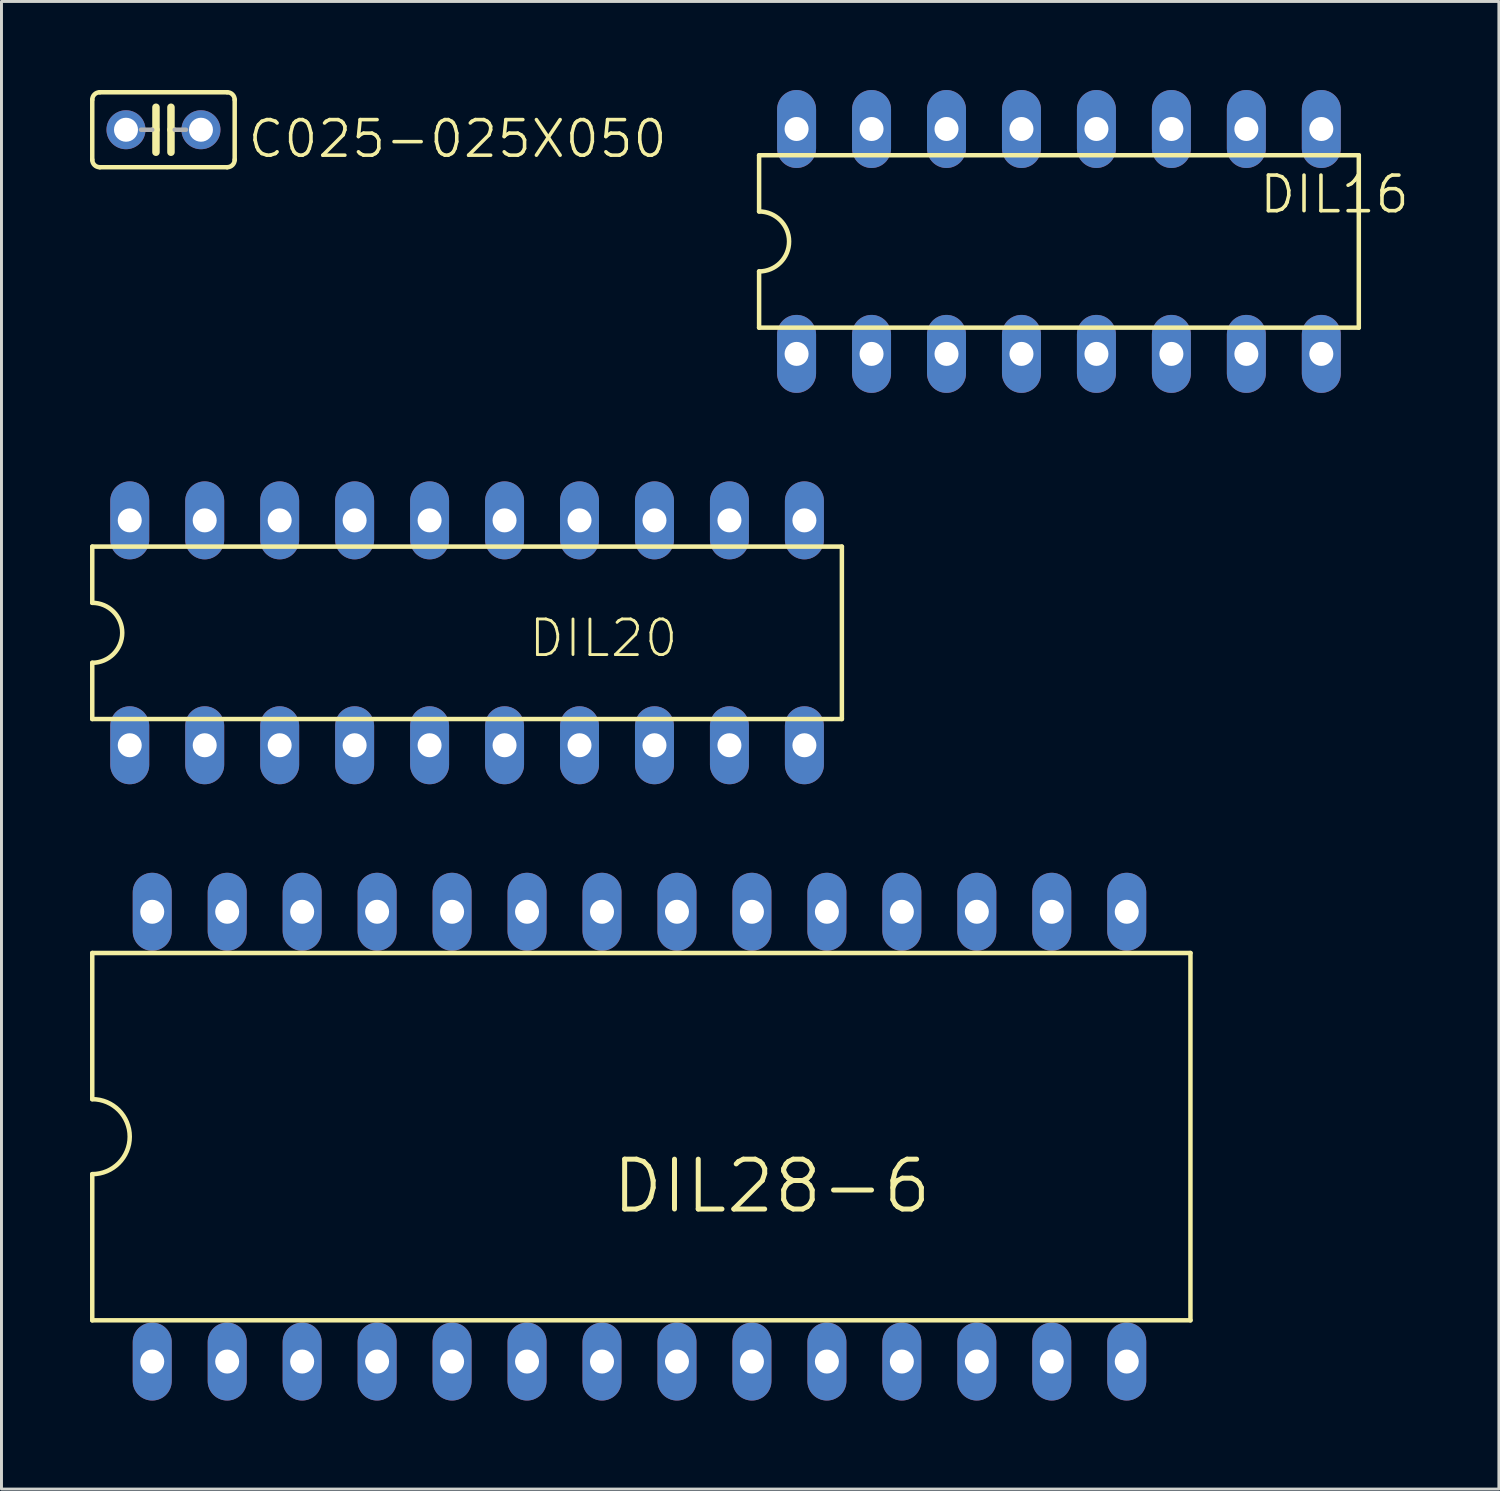
<source format=kicad_pcb>
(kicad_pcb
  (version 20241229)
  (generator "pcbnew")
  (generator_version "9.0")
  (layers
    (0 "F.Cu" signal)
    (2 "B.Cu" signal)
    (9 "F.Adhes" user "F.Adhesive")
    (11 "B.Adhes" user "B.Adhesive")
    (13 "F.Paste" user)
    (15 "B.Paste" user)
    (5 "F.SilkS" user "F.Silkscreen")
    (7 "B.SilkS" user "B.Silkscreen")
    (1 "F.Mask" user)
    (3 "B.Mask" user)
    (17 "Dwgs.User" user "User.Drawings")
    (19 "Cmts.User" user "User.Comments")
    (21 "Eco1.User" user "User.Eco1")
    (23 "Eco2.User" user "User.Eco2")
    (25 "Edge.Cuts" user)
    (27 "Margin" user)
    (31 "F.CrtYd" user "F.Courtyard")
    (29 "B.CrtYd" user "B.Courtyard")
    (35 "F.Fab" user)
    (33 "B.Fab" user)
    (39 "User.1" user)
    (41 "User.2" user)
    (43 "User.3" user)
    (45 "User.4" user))
  (footprint "DIL20"
    (layer "F.Cu")
    (at 12.776 18.392)
    (property "Reference" "DIL20" (at 2.032 0.889 0) (layer "F.SilkS") (effects (font (size 1.206 1.206) (thickness 0.097)) (justify left bottom)))
    (attr through_hole)
    (fp_line (start -12.7 -2.921) (end -12.7 -1.016) (stroke (width 0.152) (type solid)) (layer "F.SilkS"))
    (fp_line (start -12.7 2.921) (end -12.7 1.016) (stroke (width 0.152) (type solid)) (layer "F.SilkS"))
    (fp_line (start -12.7 2.921) (end 12.7 2.921) (stroke (width 0.152) (type solid)) (layer "F.SilkS"))
    (fp_line (start 12.7 -2.921) (end -12.7 -2.921) (stroke (width 0.152) (type solid)) (layer "F.SilkS"))
    (fp_line (start 12.7 -2.921) (end 12.7 2.921) (stroke (width 0.152) (type solid)) (layer "F.SilkS"))
    (fp_arc (start -12.7 -1.016) (mid -11.684 0) (end -12.7 1.016) (stroke (width 0.1524) (type solid)) (layer "F.SilkS"))
    (pad "1" thru_hole oval (at -11.43 3.81 90) (size 2.642 1.321) (drill 0.813) (layers "*.Cu" "*.Mask"))
    (pad "2" thru_hole oval (at -8.89 3.81 90) (size 2.642 1.321) (drill 0.813) (layers "*.Cu" "*.Mask"))
    (pad "3" thru_hole oval (at -6.35 3.81 90) (size 2.642 1.321) (drill 0.813) (layers "*.Cu" "*.Mask"))
    (pad "4" thru_hole oval (at -3.81 3.81 90) (size 2.642 1.321) (drill 0.813) (layers "*.Cu" "*.Mask"))
    (pad "5" thru_hole oval (at -1.27 3.81 90) (size 2.642 1.321) (drill 0.813) (layers "*.Cu" "*.Mask"))
    (pad "6" thru_hole oval (at 1.27 3.81 90) (size 2.642 1.321) (drill 0.813) (layers "*.Cu" "*.Mask"))
    (pad "7" thru_hole oval (at 3.81 3.81 90) (size 2.642 1.321) (drill 0.813) (layers "*.Cu" "*.Mask"))
    (pad "8" thru_hole oval (at 6.35 3.81 90) (size 2.642 1.321) (drill 0.813) (layers "*.Cu" "*.Mask"))
    (pad "9" thru_hole oval (at 8.89 3.81 90) (size 2.642 1.321) (drill 0.813) (layers "*.Cu" "*.Mask"))
    (pad "10" thru_hole oval (at 11.43 3.81 90) (size 2.642 1.321) (drill 0.813) (layers "*.Cu" "*.Mask"))
    (pad "11" thru_hole oval (at 11.43 -3.81 90) (size 2.642 1.321) (drill 0.813) (layers "*.Cu" "*.Mask"))
    (pad "12" thru_hole oval (at 8.89 -3.81 90) (size 2.642 1.321) (drill 0.813) (layers "*.Cu" "*.Mask"))
    (pad "13" thru_hole oval (at 6.35 -3.81 90) (size 2.642 1.321) (drill 0.813) (layers "*.Cu" "*.Mask"))
    (pad "14" thru_hole oval (at 3.81 -3.81 90) (size 2.642 1.321) (drill 0.813) (layers "*.Cu" "*.Mask"))
    (pad "15" thru_hole oval (at 1.27 -3.81 90) (size 2.642 1.321) (drill 0.813) (layers "*.Cu" "*.Mask"))
    (pad "16" thru_hole oval (at -1.27 -3.81 90) (size 2.642 1.321) (drill 0.813) (layers "*.Cu" "*.Mask"))
    (pad "17" thru_hole oval (at -3.81 -3.81 90) (size 2.642 1.321) (drill 0.813) (layers "*.Cu" "*.Mask"))
    (pad "18" thru_hole oval (at -6.35 -3.81 90) (size 2.642 1.321) (drill 0.813) (layers "*.Cu" "*.Mask"))
    (pad "19" thru_hole oval (at -8.89 -3.81 90) (size 2.642 1.321) (drill 0.813) (layers "*.Cu" "*.Mask"))
    (pad "20" thru_hole oval (at -11.43 -3.81 90) (size 2.642 1.321) (drill 0.813) (layers "*.Cu" "*.Mask")))
  (footprint "C025-025X050"
    (layer "F.Cu")
    (at 2.489 1.346)
    (property "Reference" "C025-025X050" (at 2.794 1.016 0) (layer "F.SilkS") (effects (font (size 1.206 1.206) (thickness 0.121)) (justify left bottom)))
    (attr through_hole)
    (fp_line (start -2.413 -1.016) (end -2.413 1.016) (stroke (width 0.152) (type solid)) (layer "F.SilkS"))
    (fp_line (start -2.159 -1.27) (end 2.159 -1.27) (stroke (width 0.152) (type solid)) (layer "F.SilkS"))
    (fp_line (start -0.254 -0.762) (end -0.254 0) (stroke (width 0.254) (type solid)) (layer "F.SilkS"))
    (fp_line (start -0.254 0) (end -0.381 0) (stroke (width 0.152) (type solid)) (layer "F.SilkS"))
    (fp_line (start -0.254 0) (end -0.254 0.762) (stroke (width 0.254) (type solid)) (layer "F.SilkS"))
    (fp_line (start 0.254 0) (end 0.254 -0.762) (stroke (width 0.254) (type solid)) (layer "F.SilkS"))
    (fp_line (start 0.254 0) (end 0.254 0.762) (stroke (width 0.254) (type solid)) (layer "F.SilkS"))
    (fp_line (start 0.381 0) (end 0.254 0) (stroke (width 0.152) (type solid)) (layer "F.SilkS"))
    (fp_line (start 2.159 1.27) (end -2.159 1.27) (stroke (width 0.152) (type solid)) (layer "F.SilkS"))
    (fp_line (start 2.413 -1.016) (end 2.413 1.016) (stroke (width 0.152) (type solid)) (layer "F.SilkS"))
    (fp_arc (start -2.413 -1.016) (mid -2.338605 -1.195605) (end -2.159 -1.27) (stroke (width 0.1524) (type solid)) (layer "F.SilkS"))
    (fp_arc (start -2.159 1.27) (mid -2.338605 1.195605) (end -2.413 1.016) (stroke (width 0.1524) (type solid)) (layer "F.SilkS"))
    (fp_arc (start 2.159 -1.27) (mid 2.338605 -1.195605) (end 2.413 -1.016) (stroke (width 0.1524) (type solid)) (layer "F.SilkS"))
    (fp_arc (start 2.413 1.016) (mid 2.338605 1.195605) (end 2.159 1.27) (stroke (width 0.1524) (type solid)) (layer "F.SilkS"))
    (fp_line (start -0.381 0) (end -0.762 0) (stroke (width 0.152) (type solid)) (layer "F.Fab"))
    (fp_line (start 0.762 0) (end 0.381 0) (stroke (width 0.152) (type solid)) (layer "F.Fab"))
    (pad "1" thru_hole circle (at -1.27 0) (size 1.321 1.321) (drill 0.813) (layers "*.Cu" "*.Mask"))
    (pad "2" thru_hole circle (at 1.27 0) (size 1.321 1.321) (drill 0.813) (layers "*.Cu" "*.Mask")))
  (footprint "DIL16"
    (layer "F.Cu")
    (at 32.831 5.131)
    (property "Reference" "DIL16" (at 6.731 -0.889 180) (layer "F.SilkS") (effects (font (size 1.206 1.206) (thickness 0.121)) (justify left bottom)))
    (attr through_hole)
    (fp_line (start -10.16 -2.921) (end -10.16 -1.016) (stroke (width 0.152) (type solid)) (layer "F.SilkS"))
    (fp_line (start -10.16 2.921) (end -10.16 1.016) (stroke (width 0.152) (type solid)) (layer "F.SilkS"))
    (fp_line (start -10.16 2.921) (end 10.16 2.921) (stroke (width 0.152) (type solid)) (layer "F.SilkS"))
    (fp_line (start 10.16 -2.921) (end -10.16 -2.921) (stroke (width 0.152) (type solid)) (layer "F.SilkS"))
    (fp_line (start 10.16 -2.921) (end 10.16 2.921) (stroke (width 0.152) (type solid)) (layer "F.SilkS"))
    (fp_arc (start -10.16 -1.016) (mid -9.144 0) (end -10.16 1.016) (stroke (width 0.1524) (type solid)) (layer "F.SilkS"))
    (pad "1" thru_hole oval (at -8.89 3.81 90) (size 2.642 1.321) (drill 0.813) (layers "*.Cu" "*.Mask"))
    (pad "2" thru_hole oval (at -6.35 3.81 90) (size 2.642 1.321) (drill 0.813) (layers "*.Cu" "*.Mask"))
    (pad "3" thru_hole oval (at -3.81 3.81 90) (size 2.642 1.321) (drill 0.813) (layers "*.Cu" "*.Mask"))
    (pad "4" thru_hole oval (at -1.27 3.81 90) (size 2.642 1.321) (drill 0.813) (layers "*.Cu" "*.Mask"))
    (pad "5" thru_hole oval (at 1.27 3.81 90) (size 2.642 1.321) (drill 0.813) (layers "*.Cu" "*.Mask"))
    (pad "6" thru_hole oval (at 3.81 3.81 90) (size 2.642 1.321) (drill 0.813) (layers "*.Cu" "*.Mask"))
    (pad "7" thru_hole oval (at 6.35 3.81 90) (size 2.642 1.321) (drill 0.813) (layers "*.Cu" "*.Mask"))
    (pad "8" thru_hole oval (at 8.89 3.81 90) (size 2.642 1.321) (drill 0.813) (layers "*.Cu" "*.Mask"))
    (pad "9" thru_hole oval (at 8.89 -3.81 90) (size 2.642 1.321) (drill 0.813) (layers "*.Cu" "*.Mask"))
    (pad "10" thru_hole oval (at 6.35 -3.81 90) (size 2.642 1.321) (drill 0.813) (layers "*.Cu" "*.Mask"))
    (pad "11" thru_hole oval (at 3.81 -3.81 90) (size 2.642 1.321) (drill 0.813) (layers "*.Cu" "*.Mask"))
    (pad "12" thru_hole oval (at 1.27 -3.81 90) (size 2.642 1.321) (drill 0.813) (layers "*.Cu" "*.Mask"))
    (pad "13" thru_hole oval (at -1.27 -3.81 90) (size 2.642 1.321) (drill 0.813) (layers "*.Cu" "*.Mask"))
    (pad "14" thru_hole oval (at -3.81 -3.81 90) (size 2.642 1.321) (drill 0.813) (layers "*.Cu" "*.Mask"))
    (pad "15" thru_hole oval (at -6.35 -3.81 90) (size 2.642 1.321) (drill 0.813) (layers "*.Cu" "*.Mask"))
    (pad "16" thru_hole oval (at -8.89 -3.81 90) (size 2.642 1.321) (drill 0.813) (layers "*.Cu" "*.Mask")))
  (footprint "DIL28-6"
    (layer "F.Cu")
    (at 18.618 35.464)
    (property "Reference" "DIL28-6" (at -1.016 2.667 0) (layer "F.SilkS") (effects (font (size 1.689 1.689) (thickness 0.169)) (justify left bottom)))
    (attr through_hole)
    (fp_line (start -18.542 -6.223) (end -18.542 -1.27) (stroke (width 0.152) (type solid)) (layer "F.SilkS"))
    (fp_line (start -18.542 -6.223) (end 18.669 -6.223) (stroke (width 0.152) (type solid)) (layer "F.SilkS"))
    (fp_line (start -18.542 1.27) (end -18.542 6.223) (stroke (width 0.152) (type solid)) (layer "F.SilkS"))
    (fp_line (start 18.669 6.223) (end -18.542 6.223) (stroke (width 0.152) (type solid)) (layer "F.SilkS"))
    (fp_line (start 18.669 6.223) (end 18.669 -6.223) (stroke (width 0.152) (type solid)) (layer "F.SilkS"))
    (fp_arc (start -18.542 -1.27) (mid -17.272 0) (end -18.542 1.27) (stroke (width 0.1524) (type solid)) (layer "F.SilkS"))
    (pad "1" thru_hole oval (at -16.51 7.62 90) (size 2.642 1.321) (drill 0.813) (layers "*.Cu" "*.Mask"))
    (pad "2" thru_hole oval (at -13.97 7.62 90) (size 2.642 1.321) (drill 0.813) (layers "*.Cu" "*.Mask"))
    (pad "3" thru_hole oval (at -11.43 7.62 90) (size 2.642 1.321) (drill 0.813) (layers "*.Cu" "*.Mask"))
    (pad "4" thru_hole oval (at -8.89 7.62 90) (size 2.642 1.321) (drill 0.813) (layers "*.Cu" "*.Mask"))
    (pad "5" thru_hole oval (at -6.35 7.62 90) (size 2.642 1.321) (drill 0.813) (layers "*.Cu" "*.Mask"))
    (pad "6" thru_hole oval (at -3.81 7.62 90) (size 2.642 1.321) (drill 0.813) (layers "*.Cu" "*.Mask"))
    (pad "7" thru_hole oval (at -1.27 7.62 90) (size 2.642 1.321) (drill 0.813) (layers "*.Cu" "*.Mask"))
    (pad "8" thru_hole oval (at 1.27 7.62 90) (size 2.642 1.321) (drill 0.813) (layers "*.Cu" "*.Mask"))
    (pad "9" thru_hole oval (at 3.81 7.62 90) (size 2.642 1.321) (drill 0.813) (layers "*.Cu" "*.Mask"))
    (pad "10" thru_hole oval (at 6.35 7.62 90) (size 2.642 1.321) (drill 0.813) (layers "*.Cu" "*.Mask"))
    (pad "11" thru_hole oval (at 8.89 7.62 90) (size 2.642 1.321) (drill 0.813) (layers "*.Cu" "*.Mask"))
    (pad "12" thru_hole oval (at 11.43 7.62 90) (size 2.642 1.321) (drill 0.813) (layers "*.Cu" "*.Mask"))
    (pad "13" thru_hole oval (at 13.97 7.62 90) (size 2.642 1.321) (drill 0.813) (layers "*.Cu" "*.Mask"))
    (pad "14" thru_hole oval (at 16.51 7.62 90) (size 2.642 1.321) (drill 0.813) (layers "*.Cu" "*.Mask"))
    (pad "15" thru_hole oval (at 16.51 -7.62 90) (size 2.642 1.321) (drill 0.813) (layers "*.Cu" "*.Mask"))
    (pad "16" thru_hole oval (at 13.97 -7.62 90) (size 2.642 1.321) (drill 0.813) (layers "*.Cu" "*.Mask"))
    (pad "17" thru_hole oval (at 11.43 -7.62 90) (size 2.642 1.321) (drill 0.813) (layers "*.Cu" "*.Mask"))
    (pad "18" thru_hole oval (at 8.89 -7.62 90) (size 2.642 1.321) (drill 0.813) (layers "*.Cu" "*.Mask"))
    (pad "19" thru_hole oval (at 6.35 -7.62 90) (size 2.642 1.321) (drill 0.813) (layers "*.Cu" "*.Mask"))
    (pad "20" thru_hole oval (at 3.81 -7.62 90) (size 2.642 1.321) (drill 0.813) (layers "*.Cu" "*.Mask"))
    (pad "21" thru_hole oval (at 1.27 -7.62 90) (size 2.642 1.321) (drill 0.813) (layers "*.Cu" "*.Mask"))
    (pad "22" thru_hole oval (at -1.27 -7.62 90) (size 2.642 1.321) (drill 0.813) (layers "*.Cu" "*.Mask"))
    (pad "23" thru_hole oval (at -3.81 -7.62 90) (size 2.642 1.321) (drill 0.813) (layers "*.Cu" "*.Mask"))
    (pad "24" thru_hole oval (at -6.35 -7.62 90) (size 2.642 1.321) (drill 0.813) (layers "*.Cu" "*.Mask"))
    (pad "25" thru_hole oval (at -8.89 -7.62 90) (size 2.642 1.321) (drill 0.813) (layers "*.Cu" "*.Mask"))
    (pad "26" thru_hole oval (at -11.43 -7.62 90) (size 2.642 1.321) (drill 0.813) (layers "*.Cu" "*.Mask"))
    (pad "27" thru_hole oval (at -13.97 -7.62 90) (size 2.642 1.321) (drill 0.813) (layers "*.Cu" "*.Mask"))
    (pad "28" thru_hole oval (at -16.51 -7.62 90) (size 2.642 1.321) (drill 0.813) (layers "*.Cu" "*.Mask")))
  (gr_rect
    (start -3 -3)
    (end 47.738 47.405)
    (stroke (width 0.1) (type default))
    (fill no)
    (layer "Edge.Cuts")))
</source>
